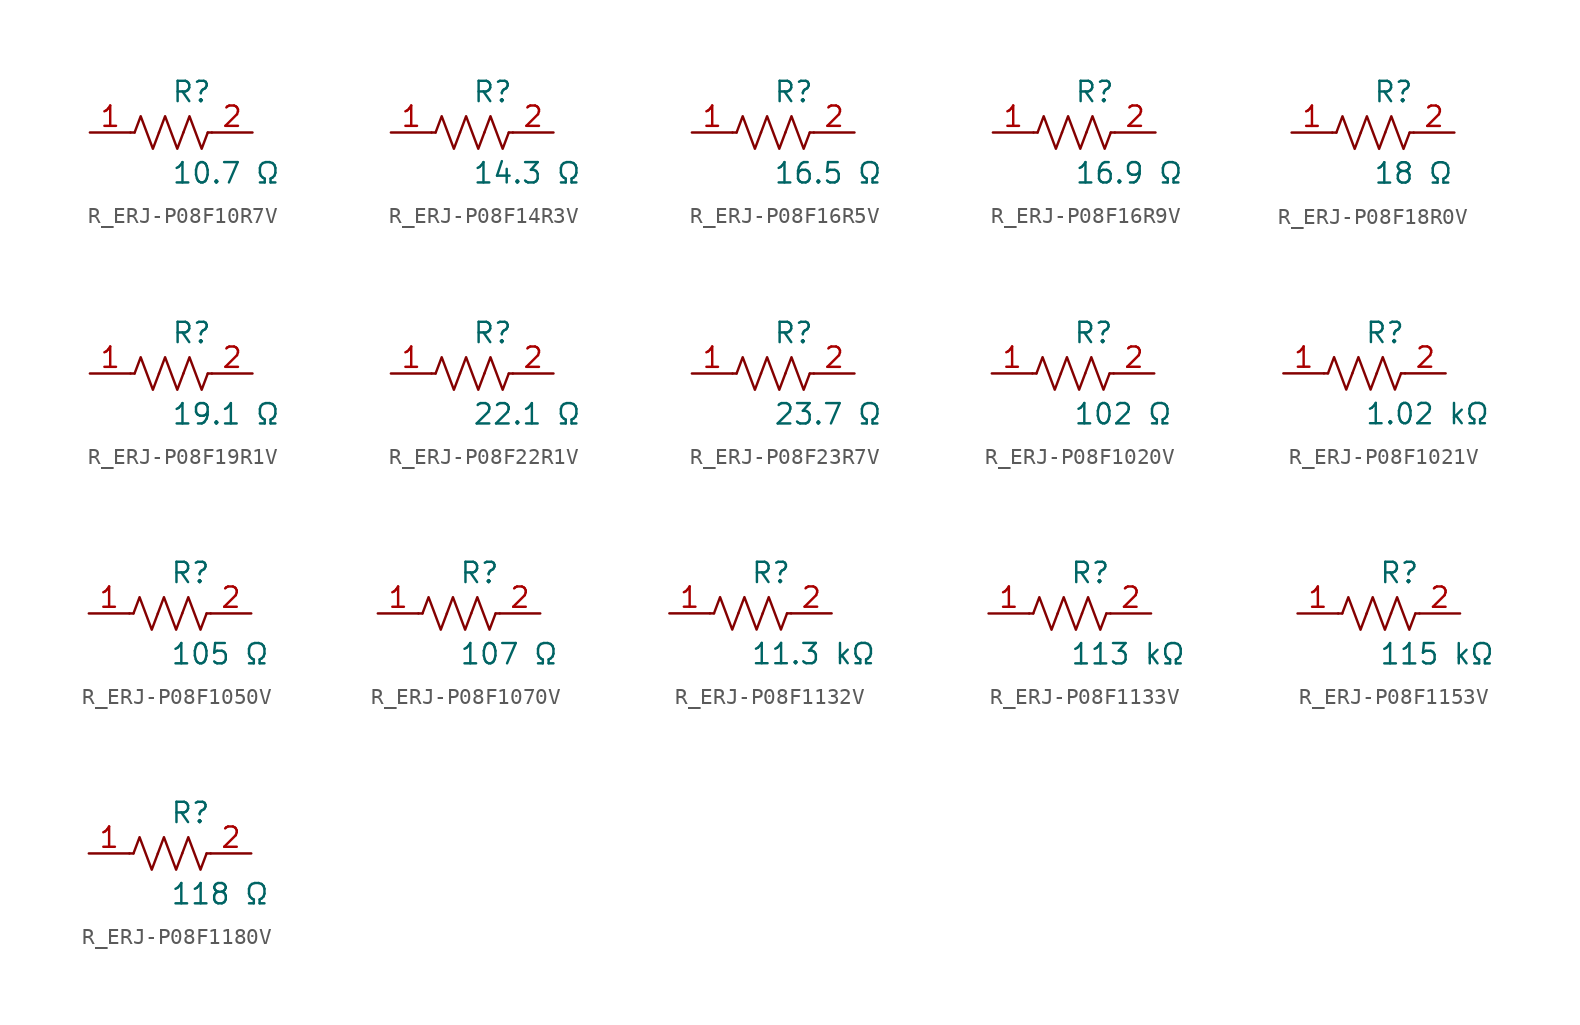
<source format=kicad_sym>
(kicad_symbol_lib
  (version 20231120)
  (generator kicad_symbol_editor)
  (generator_version 8.0)
  (symbol "R_ERJ-P08F10R7V"
    (pin_names
      (offset 0.254))
    (property "Reference" "R"
      (at 0.0 2.54 0)
      (effects (font (size 1.27 1.27)) (justify left)))
    (property "Value" "10.7 Ω"
      (at 0.0 -2.54 0)
      (effects (font (size 1.27 1.27)) (justify left)))
    (symbol "R_ERJ-P08F10R7V_0_1"
      (polyline (pts (xy 2.286 0) (xy 2.54 0)) (stroke (width 0) (type default)) (fill (type none)))
      (polyline (pts (xy -2.286 0) (xy -2.54 0)) (stroke (width 0) (type default)) (fill (type none)))
      (polyline (pts (xy 0.762 0) (xy 1.143 1.016) (xy 1.524 0) (xy 1.905 -1.016) (xy 2.286 0)) (stroke (width 0) (type default)) (fill (type none)))
      (polyline (pts (xy -0.762 0) (xy -0.381 1.016) (xy 0 0) (xy 0.381 -1.016) (xy 0.762 0)) (stroke (width 0) (type default)) (fill (type none)))
      (polyline (pts (xy -2.286 0) (xy -1.905 1.016) (xy -1.524 0) (xy -1.143 -1.016) (xy -0.762 0)) (stroke (width 0) (type default)) (fill (type none))))
    (pin unspecified line
      (at -5.08 0 0)
      (length 2.54)
      (name "" (effects (font (size 1.27 1.27))))
      (number "1" (effects (font (size 1.27 1.27)))))
    (pin unspecified line
      (at 5.08 0 180)
      (length 2.54)
      (name "" (effects (font (size 1.27 1.27))))
      (number "2" (effects (font (size 1.27 1.27))))))
  (symbol "R_ERJ-P08F14R3V"
    (pin_names
      (offset 0.254))
    (property "Reference" "R"
      (at 0.0 2.54 0)
      (effects (font (size 1.27 1.27)) (justify left)))
    (property "Value" "14.3 Ω"
      (at 0.0 -2.54 0)
      (effects (font (size 1.27 1.27)) (justify left)))
    (symbol "R_ERJ-P08F14R3V_0_1"
      (polyline (pts (xy 2.286 0) (xy 2.54 0)) (stroke (width 0) (type default)) (fill (type none)))
      (polyline (pts (xy -2.286 0) (xy -2.54 0)) (stroke (width 0) (type default)) (fill (type none)))
      (polyline (pts (xy 0.762 0) (xy 1.143 1.016) (xy 1.524 0) (xy 1.905 -1.016) (xy 2.286 0)) (stroke (width 0) (type default)) (fill (type none)))
      (polyline (pts (xy -0.762 0) (xy -0.381 1.016) (xy 0 0) (xy 0.381 -1.016) (xy 0.762 0)) (stroke (width 0) (type default)) (fill (type none)))
      (polyline (pts (xy -2.286 0) (xy -1.905 1.016) (xy -1.524 0) (xy -1.143 -1.016) (xy -0.762 0)) (stroke (width 0) (type default)) (fill (type none))))
    (pin unspecified line
      (at -5.08 0 0)
      (length 2.54)
      (name "" (effects (font (size 1.27 1.27))))
      (number "1" (effects (font (size 1.27 1.27)))))
    (pin unspecified line
      (at 5.08 0 180)
      (length 2.54)
      (name "" (effects (font (size 1.27 1.27))))
      (number "2" (effects (font (size 1.27 1.27))))))
  (symbol "R_ERJ-P08F16R5V"
    (pin_names
      (offset 0.254))
    (property "Reference" "R"
      (at 0.0 2.54 0)
      (effects (font (size 1.27 1.27)) (justify left)))
    (property "Value" "16.5 Ω"
      (at 0.0 -2.54 0)
      (effects (font (size 1.27 1.27)) (justify left)))
    (symbol "R_ERJ-P08F16R5V_0_1"
      (polyline (pts (xy 2.286 0) (xy 2.54 0)) (stroke (width 0) (type default)) (fill (type none)))
      (polyline (pts (xy -2.286 0) (xy -2.54 0)) (stroke (width 0) (type default)) (fill (type none)))
      (polyline (pts (xy 0.762 0) (xy 1.143 1.016) (xy 1.524 0) (xy 1.905 -1.016) (xy 2.286 0)) (stroke (width 0) (type default)) (fill (type none)))
      (polyline (pts (xy -0.762 0) (xy -0.381 1.016) (xy 0 0) (xy 0.381 -1.016) (xy 0.762 0)) (stroke (width 0) (type default)) (fill (type none)))
      (polyline (pts (xy -2.286 0) (xy -1.905 1.016) (xy -1.524 0) (xy -1.143 -1.016) (xy -0.762 0)) (stroke (width 0) (type default)) (fill (type none))))
    (pin unspecified line
      (at -5.08 0 0)
      (length 2.54)
      (name "" (effects (font (size 1.27 1.27))))
      (number "1" (effects (font (size 1.27 1.27)))))
    (pin unspecified line
      (at 5.08 0 180)
      (length 2.54)
      (name "" (effects (font (size 1.27 1.27))))
      (number "2" (effects (font (size 1.27 1.27))))))
  (symbol "R_ERJ-P08F16R9V"
    (pin_names
      (offset 0.254))
    (property "Reference" "R"
      (at 0.0 2.54 0)
      (effects (font (size 1.27 1.27)) (justify left)))
    (property "Value" "16.9 Ω"
      (at 0.0 -2.54 0)
      (effects (font (size 1.27 1.27)) (justify left)))
    (symbol "R_ERJ-P08F16R9V_0_1"
      (polyline (pts (xy 2.286 0) (xy 2.54 0)) (stroke (width 0) (type default)) (fill (type none)))
      (polyline (pts (xy -2.286 0) (xy -2.54 0)) (stroke (width 0) (type default)) (fill (type none)))
      (polyline (pts (xy 0.762 0) (xy 1.143 1.016) (xy 1.524 0) (xy 1.905 -1.016) (xy 2.286 0)) (stroke (width 0) (type default)) (fill (type none)))
      (polyline (pts (xy -0.762 0) (xy -0.381 1.016) (xy 0 0) (xy 0.381 -1.016) (xy 0.762 0)) (stroke (width 0) (type default)) (fill (type none)))
      (polyline (pts (xy -2.286 0) (xy -1.905 1.016) (xy -1.524 0) (xy -1.143 -1.016) (xy -0.762 0)) (stroke (width 0) (type default)) (fill (type none))))
    (pin unspecified line
      (at -5.08 0 0)
      (length 2.54)
      (name "" (effects (font (size 1.27 1.27))))
      (number "1" (effects (font (size 1.27 1.27)))))
    (pin unspecified line
      (at 5.08 0 180)
      (length 2.54)
      (name "" (effects (font (size 1.27 1.27))))
      (number "2" (effects (font (size 1.27 1.27))))))
  (symbol "R_ERJ-P08F18R0V"
    (pin_names
      (offset 0.254))
    (property "Reference" "R"
      (at 0.0 2.54 0)
      (effects (font (size 1.27 1.27)) (justify left)))
    (property "Value" "18 Ω"
      (at 0.0 -2.54 0)
      (effects (font (size 1.27 1.27)) (justify left)))
    (symbol "R_ERJ-P08F18R0V_0_1"
      (polyline (pts (xy 2.286 0) (xy 2.54 0)) (stroke (width 0) (type default)) (fill (type none)))
      (polyline (pts (xy -2.286 0) (xy -2.54 0)) (stroke (width 0) (type default)) (fill (type none)))
      (polyline (pts (xy 0.762 0) (xy 1.143 1.016) (xy 1.524 0) (xy 1.905 -1.016) (xy 2.286 0)) (stroke (width 0) (type default)) (fill (type none)))
      (polyline (pts (xy -0.762 0) (xy -0.381 1.016) (xy 0 0) (xy 0.381 -1.016) (xy 0.762 0)) (stroke (width 0) (type default)) (fill (type none)))
      (polyline (pts (xy -2.286 0) (xy -1.905 1.016) (xy -1.524 0) (xy -1.143 -1.016) (xy -0.762 0)) (stroke (width 0) (type default)) (fill (type none))))
    (pin unspecified line
      (at -5.08 0 0)
      (length 2.54)
      (name "" (effects (font (size 1.27 1.27))))
      (number "1" (effects (font (size 1.27 1.27)))))
    (pin unspecified line
      (at 5.08 0 180)
      (length 2.54)
      (name "" (effects (font (size 1.27 1.27))))
      (number "2" (effects (font (size 1.27 1.27))))))
  (symbol "R_ERJ-P08F19R1V"
    (pin_names
      (offset 0.254))
    (property "Reference" "R"
      (at 0.0 2.54 0)
      (effects (font (size 1.27 1.27)) (justify left)))
    (property "Value" "19.1 Ω"
      (at 0.0 -2.54 0)
      (effects (font (size 1.27 1.27)) (justify left)))
    (symbol "R_ERJ-P08F19R1V_0_1"
      (polyline (pts (xy 2.286 0) (xy 2.54 0)) (stroke (width 0) (type default)) (fill (type none)))
      (polyline (pts (xy -2.286 0) (xy -2.54 0)) (stroke (width 0) (type default)) (fill (type none)))
      (polyline (pts (xy 0.762 0) (xy 1.143 1.016) (xy 1.524 0) (xy 1.905 -1.016) (xy 2.286 0)) (stroke (width 0) (type default)) (fill (type none)))
      (polyline (pts (xy -0.762 0) (xy -0.381 1.016) (xy 0 0) (xy 0.381 -1.016) (xy 0.762 0)) (stroke (width 0) (type default)) (fill (type none)))
      (polyline (pts (xy -2.286 0) (xy -1.905 1.016) (xy -1.524 0) (xy -1.143 -1.016) (xy -0.762 0)) (stroke (width 0) (type default)) (fill (type none))))
    (pin unspecified line
      (at -5.08 0 0)
      (length 2.54)
      (name "" (effects (font (size 1.27 1.27))))
      (number "1" (effects (font (size 1.27 1.27)))))
    (pin unspecified line
      (at 5.08 0 180)
      (length 2.54)
      (name "" (effects (font (size 1.27 1.27))))
      (number "2" (effects (font (size 1.27 1.27))))))
  (symbol "R_ERJ-P08F22R1V"
    (pin_names
      (offset 0.254))
    (property "Reference" "R"
      (at 0.0 2.54 0)
      (effects (font (size 1.27 1.27)) (justify left)))
    (property "Value" "22.1 Ω"
      (at 0.0 -2.54 0)
      (effects (font (size 1.27 1.27)) (justify left)))
    (symbol "R_ERJ-P08F22R1V_0_1"
      (polyline (pts (xy 2.286 0) (xy 2.54 0)) (stroke (width 0) (type default)) (fill (type none)))
      (polyline (pts (xy -2.286 0) (xy -2.54 0)) (stroke (width 0) (type default)) (fill (type none)))
      (polyline (pts (xy 0.762 0) (xy 1.143 1.016) (xy 1.524 0) (xy 1.905 -1.016) (xy 2.286 0)) (stroke (width 0) (type default)) (fill (type none)))
      (polyline (pts (xy -0.762 0) (xy -0.381 1.016) (xy 0 0) (xy 0.381 -1.016) (xy 0.762 0)) (stroke (width 0) (type default)) (fill (type none)))
      (polyline (pts (xy -2.286 0) (xy -1.905 1.016) (xy -1.524 0) (xy -1.143 -1.016) (xy -0.762 0)) (stroke (width 0) (type default)) (fill (type none))))
    (pin unspecified line
      (at -5.08 0 0)
      (length 2.54)
      (name "" (effects (font (size 1.27 1.27))))
      (number "1" (effects (font (size 1.27 1.27)))))
    (pin unspecified line
      (at 5.08 0 180)
      (length 2.54)
      (name "" (effects (font (size 1.27 1.27))))
      (number "2" (effects (font (size 1.27 1.27))))))
  (symbol "R_ERJ-P08F23R7V"
    (pin_names
      (offset 0.254))
    (property "Reference" "R"
      (at 0.0 2.54 0)
      (effects (font (size 1.27 1.27)) (justify left)))
    (property "Value" "23.7 Ω"
      (at 0.0 -2.54 0)
      (effects (font (size 1.27 1.27)) (justify left)))
    (symbol "R_ERJ-P08F23R7V_0_1"
      (polyline (pts (xy 2.286 0) (xy 2.54 0)) (stroke (width 0) (type default)) (fill (type none)))
      (polyline (pts (xy -2.286 0) (xy -2.54 0)) (stroke (width 0) (type default)) (fill (type none)))
      (polyline (pts (xy 0.762 0) (xy 1.143 1.016) (xy 1.524 0) (xy 1.905 -1.016) (xy 2.286 0)) (stroke (width 0) (type default)) (fill (type none)))
      (polyline (pts (xy -0.762 0) (xy -0.381 1.016) (xy 0 0) (xy 0.381 -1.016) (xy 0.762 0)) (stroke (width 0) (type default)) (fill (type none)))
      (polyline (pts (xy -2.286 0) (xy -1.905 1.016) (xy -1.524 0) (xy -1.143 -1.016) (xy -0.762 0)) (stroke (width 0) (type default)) (fill (type none))))
    (pin unspecified line
      (at -5.08 0 0)
      (length 2.54)
      (name "" (effects (font (size 1.27 1.27))))
      (number "1" (effects (font (size 1.27 1.27)))))
    (pin unspecified line
      (at 5.08 0 180)
      (length 2.54)
      (name "" (effects (font (size 1.27 1.27))))
      (number "2" (effects (font (size 1.27 1.27))))))
  (symbol "R_ERJ-P08F1020V"
    (pin_names
      (offset 0.254))
    (property "Reference" "R"
      (at 0.0 2.54 0)
      (effects (font (size 1.27 1.27)) (justify left)))
    (property "Value" "102 Ω"
      (at 0.0 -2.54 0)
      (effects (font (size 1.27 1.27)) (justify left)))
    (symbol "R_ERJ-P08F1020V_0_1"
      (polyline (pts (xy 2.286 0) (xy 2.54 0)) (stroke (width 0) (type default)) (fill (type none)))
      (polyline (pts (xy -2.286 0) (xy -2.54 0)) (stroke (width 0) (type default)) (fill (type none)))
      (polyline (pts (xy 0.762 0) (xy 1.143 1.016) (xy 1.524 0) (xy 1.905 -1.016) (xy 2.286 0)) (stroke (width 0) (type default)) (fill (type none)))
      (polyline (pts (xy -0.762 0) (xy -0.381 1.016) (xy 0 0) (xy 0.381 -1.016) (xy 0.762 0)) (stroke (width 0) (type default)) (fill (type none)))
      (polyline (pts (xy -2.286 0) (xy -1.905 1.016) (xy -1.524 0) (xy -1.143 -1.016) (xy -0.762 0)) (stroke (width 0) (type default)) (fill (type none))))
    (pin unspecified line
      (at -5.08 0 0)
      (length 2.54)
      (name "" (effects (font (size 1.27 1.27))))
      (number "1" (effects (font (size 1.27 1.27)))))
    (pin unspecified line
      (at 5.08 0 180)
      (length 2.54)
      (name "" (effects (font (size 1.27 1.27))))
      (number "2" (effects (font (size 1.27 1.27))))))
  (symbol "R_ERJ-P08F1021V"
    (pin_names
      (offset 0.254))
    (property "Reference" "R"
      (at 0.0 2.54 0)
      (effects (font (size 1.27 1.27)) (justify left)))
    (property "Value" "1.02 kΩ"
      (at 0.0 -2.54 0)
      (effects (font (size 1.27 1.27)) (justify left)))
    (symbol "R_ERJ-P08F1021V_0_1"
      (polyline (pts (xy 2.286 0) (xy 2.54 0)) (stroke (width 0) (type default)) (fill (type none)))
      (polyline (pts (xy -2.286 0) (xy -2.54 0)) (stroke (width 0) (type default)) (fill (type none)))
      (polyline (pts (xy 0.762 0) (xy 1.143 1.016) (xy 1.524 0) (xy 1.905 -1.016) (xy 2.286 0)) (stroke (width 0) (type default)) (fill (type none)))
      (polyline (pts (xy -0.762 0) (xy -0.381 1.016) (xy 0 0) (xy 0.381 -1.016) (xy 0.762 0)) (stroke (width 0) (type default)) (fill (type none)))
      (polyline (pts (xy -2.286 0) (xy -1.905 1.016) (xy -1.524 0) (xy -1.143 -1.016) (xy -0.762 0)) (stroke (width 0) (type default)) (fill (type none))))
    (pin unspecified line
      (at -5.08 0 0)
      (length 2.54)
      (name "" (effects (font (size 1.27 1.27))))
      (number "1" (effects (font (size 1.27 1.27)))))
    (pin unspecified line
      (at 5.08 0 180)
      (length 2.54)
      (name "" (effects (font (size 1.27 1.27))))
      (number "2" (effects (font (size 1.27 1.27))))))
  (symbol "R_ERJ-P08F1050V"
    (pin_names
      (offset 0.254))
    (property "Reference" "R"
      (at 0.0 2.54 0)
      (effects (font (size 1.27 1.27)) (justify left)))
    (property "Value" "105 Ω"
      (at 0.0 -2.54 0)
      (effects (font (size 1.27 1.27)) (justify left)))
    (symbol "R_ERJ-P08F1050V_0_1"
      (polyline (pts (xy 2.286 0) (xy 2.54 0)) (stroke (width 0) (type default)) (fill (type none)))
      (polyline (pts (xy -2.286 0) (xy -2.54 0)) (stroke (width 0) (type default)) (fill (type none)))
      (polyline (pts (xy 0.762 0) (xy 1.143 1.016) (xy 1.524 0) (xy 1.905 -1.016) (xy 2.286 0)) (stroke (width 0) (type default)) (fill (type none)))
      (polyline (pts (xy -0.762 0) (xy -0.381 1.016) (xy 0 0) (xy 0.381 -1.016) (xy 0.762 0)) (stroke (width 0) (type default)) (fill (type none)))
      (polyline (pts (xy -2.286 0) (xy -1.905 1.016) (xy -1.524 0) (xy -1.143 -1.016) (xy -0.762 0)) (stroke (width 0) (type default)) (fill (type none))))
    (pin unspecified line
      (at -5.08 0 0)
      (length 2.54)
      (name "" (effects (font (size 1.27 1.27))))
      (number "1" (effects (font (size 1.27 1.27)))))
    (pin unspecified line
      (at 5.08 0 180)
      (length 2.54)
      (name "" (effects (font (size 1.27 1.27))))
      (number "2" (effects (font (size 1.27 1.27))))))
  (symbol "R_ERJ-P08F1070V"
    (pin_names
      (offset 0.254))
    (property "Reference" "R"
      (at 0.0 2.54 0)
      (effects (font (size 1.27 1.27)) (justify left)))
    (property "Value" "107 Ω"
      (at 0.0 -2.54 0)
      (effects (font (size 1.27 1.27)) (justify left)))
    (symbol "R_ERJ-P08F1070V_0_1"
      (polyline (pts (xy 2.286 0) (xy 2.54 0)) (stroke (width 0) (type default)) (fill (type none)))
      (polyline (pts (xy -2.286 0) (xy -2.54 0)) (stroke (width 0) (type default)) (fill (type none)))
      (polyline (pts (xy 0.762 0) (xy 1.143 1.016) (xy 1.524 0) (xy 1.905 -1.016) (xy 2.286 0)) (stroke (width 0) (type default)) (fill (type none)))
      (polyline (pts (xy -0.762 0) (xy -0.381 1.016) (xy 0 0) (xy 0.381 -1.016) (xy 0.762 0)) (stroke (width 0) (type default)) (fill (type none)))
      (polyline (pts (xy -2.286 0) (xy -1.905 1.016) (xy -1.524 0) (xy -1.143 -1.016) (xy -0.762 0)) (stroke (width 0) (type default)) (fill (type none))))
    (pin unspecified line
      (at -5.08 0 0)
      (length 2.54)
      (name "" (effects (font (size 1.27 1.27))))
      (number "1" (effects (font (size 1.27 1.27)))))
    (pin unspecified line
      (at 5.08 0 180)
      (length 2.54)
      (name "" (effects (font (size 1.27 1.27))))
      (number "2" (effects (font (size 1.27 1.27))))))
  (symbol "R_ERJ-P08F1132V"
    (pin_names
      (offset 0.254))
    (property "Reference" "R"
      (at 0.0 2.54 0)
      (effects (font (size 1.27 1.27)) (justify left)))
    (property "Value" "11.3 kΩ"
      (at 0.0 -2.54 0)
      (effects (font (size 1.27 1.27)) (justify left)))
    (symbol "R_ERJ-P08F1132V_0_1"
      (polyline (pts (xy 2.286 0) (xy 2.54 0)) (stroke (width 0) (type default)) (fill (type none)))
      (polyline (pts (xy -2.286 0) (xy -2.54 0)) (stroke (width 0) (type default)) (fill (type none)))
      (polyline (pts (xy 0.762 0) (xy 1.143 1.016) (xy 1.524 0) (xy 1.905 -1.016) (xy 2.286 0)) (stroke (width 0) (type default)) (fill (type none)))
      (polyline (pts (xy -0.762 0) (xy -0.381 1.016) (xy 0 0) (xy 0.381 -1.016) (xy 0.762 0)) (stroke (width 0) (type default)) (fill (type none)))
      (polyline (pts (xy -2.286 0) (xy -1.905 1.016) (xy -1.524 0) (xy -1.143 -1.016) (xy -0.762 0)) (stroke (width 0) (type default)) (fill (type none))))
    (pin unspecified line
      (at -5.08 0 0)
      (length 2.54)
      (name "" (effects (font (size 1.27 1.27))))
      (number "1" (effects (font (size 1.27 1.27)))))
    (pin unspecified line
      (at 5.08 0 180)
      (length 2.54)
      (name "" (effects (font (size 1.27 1.27))))
      (number "2" (effects (font (size 1.27 1.27))))))
  (symbol "R_ERJ-P08F1133V"
    (pin_names
      (offset 0.254))
    (property "Reference" "R"
      (at 0.0 2.54 0)
      (effects (font (size 1.27 1.27)) (justify left)))
    (property "Value" "113 kΩ"
      (at 0.0 -2.54 0)
      (effects (font (size 1.27 1.27)) (justify left)))
    (symbol "R_ERJ-P08F1133V_0_1"
      (polyline (pts (xy 2.286 0) (xy 2.54 0)) (stroke (width 0) (type default)) (fill (type none)))
      (polyline (pts (xy -2.286 0) (xy -2.54 0)) (stroke (width 0) (type default)) (fill (type none)))
      (polyline (pts (xy 0.762 0) (xy 1.143 1.016) (xy 1.524 0) (xy 1.905 -1.016) (xy 2.286 0)) (stroke (width 0) (type default)) (fill (type none)))
      (polyline (pts (xy -0.762 0) (xy -0.381 1.016) (xy 0 0) (xy 0.381 -1.016) (xy 0.762 0)) (stroke (width 0) (type default)) (fill (type none)))
      (polyline (pts (xy -2.286 0) (xy -1.905 1.016) (xy -1.524 0) (xy -1.143 -1.016) (xy -0.762 0)) (stroke (width 0) (type default)) (fill (type none))))
    (pin unspecified line
      (at -5.08 0 0)
      (length 2.54)
      (name "" (effects (font (size 1.27 1.27))))
      (number "1" (effects (font (size 1.27 1.27)))))
    (pin unspecified line
      (at 5.08 0 180)
      (length 2.54)
      (name "" (effects (font (size 1.27 1.27))))
      (number "2" (effects (font (size 1.27 1.27))))))
  (symbol "R_ERJ-P08F1153V"
    (pin_names
      (offset 0.254))
    (property "Reference" "R"
      (at 0.0 2.54 0)
      (effects (font (size 1.27 1.27)) (justify left)))
    (property "Value" "115 kΩ"
      (at 0.0 -2.54 0)
      (effects (font (size 1.27 1.27)) (justify left)))
    (symbol "R_ERJ-P08F1153V_0_1"
      (polyline (pts (xy 2.286 0) (xy 2.54 0)) (stroke (width 0) (type default)) (fill (type none)))
      (polyline (pts (xy -2.286 0) (xy -2.54 0)) (stroke (width 0) (type default)) (fill (type none)))
      (polyline (pts (xy 0.762 0) (xy 1.143 1.016) (xy 1.524 0) (xy 1.905 -1.016) (xy 2.286 0)) (stroke (width 0) (type default)) (fill (type none)))
      (polyline (pts (xy -0.762 0) (xy -0.381 1.016) (xy 0 0) (xy 0.381 -1.016) (xy 0.762 0)) (stroke (width 0) (type default)) (fill (type none)))
      (polyline (pts (xy -2.286 0) (xy -1.905 1.016) (xy -1.524 0) (xy -1.143 -1.016) (xy -0.762 0)) (stroke (width 0) (type default)) (fill (type none))))
    (pin unspecified line
      (at -5.08 0 0)
      (length 2.54)
      (name "" (effects (font (size 1.27 1.27))))
      (number "1" (effects (font (size 1.27 1.27)))))
    (pin unspecified line
      (at 5.08 0 180)
      (length 2.54)
      (name "" (effects (font (size 1.27 1.27))))
      (number "2" (effects (font (size 1.27 1.27))))))
  (symbol "R_ERJ-P08F1180V"
    (pin_names
      (offset 0.254))
    (property "Reference" "R"
      (at 0.0 2.54 0)
      (effects (font (size 1.27 1.27)) (justify left)))
    (property "Value" "118 Ω"
      (at 0.0 -2.54 0)
      (effects (font (size 1.27 1.27)) (justify left)))
    (symbol "R_ERJ-P08F1180V_0_1"
      (polyline (pts (xy 2.286 0) (xy 2.54 0)) (stroke (width 0) (type default)) (fill (type none)))
      (polyline (pts (xy -2.286 0) (xy -2.54 0)) (stroke (width 0) (type default)) (fill (type none)))
      (polyline (pts (xy 0.762 0) (xy 1.143 1.016) (xy 1.524 0) (xy 1.905 -1.016) (xy 2.286 0)) (stroke (width 0) (type default)) (fill (type none)))
      (polyline (pts (xy -0.762 0) (xy -0.381 1.016) (xy 0 0) (xy 0.381 -1.016) (xy 0.762 0)) (stroke (width 0) (type default)) (fill (type none)))
      (polyline (pts (xy -2.286 0) (xy -1.905 1.016) (xy -1.524 0) (xy -1.143 -1.016) (xy -0.762 0)) (stroke (width 0) (type default)) (fill (type none))))
    (pin unspecified line
      (at -5.08 0 0)
      (length 2.54)
      (name "" (effects (font (size 1.27 1.27))))
      (number "1" (effects (font (size 1.27 1.27)))))
    (pin unspecified line
      (at 5.08 0 180)
      (length 2.54)
      (name "" (effects (font (size 1.27 1.27))))
      (number "2" (effects (font (size 1.27 1.27)))))))
</source>
